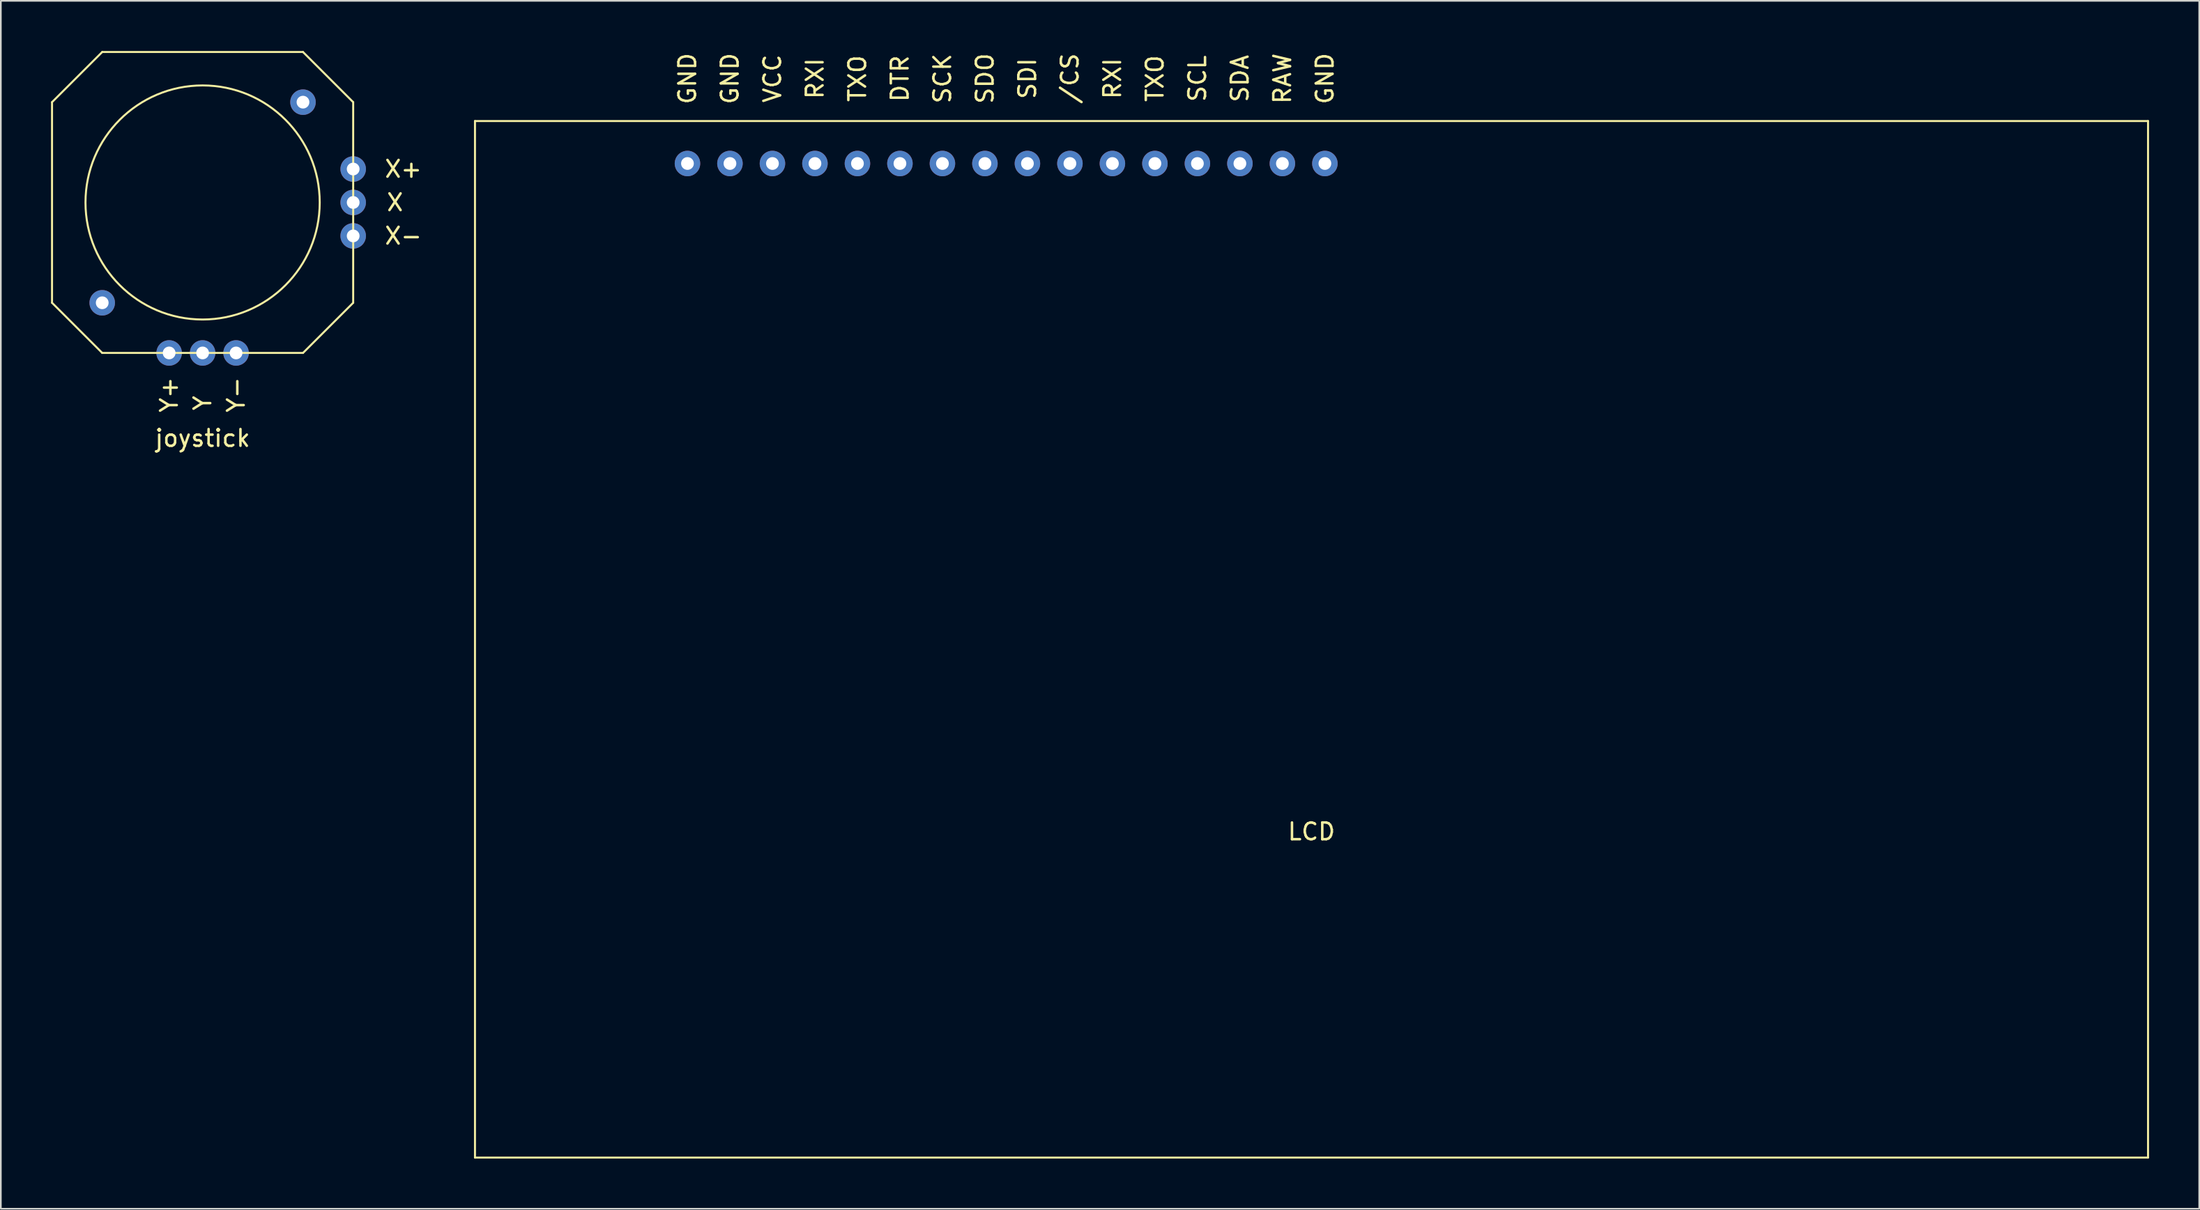
<source format=kicad_pcb>
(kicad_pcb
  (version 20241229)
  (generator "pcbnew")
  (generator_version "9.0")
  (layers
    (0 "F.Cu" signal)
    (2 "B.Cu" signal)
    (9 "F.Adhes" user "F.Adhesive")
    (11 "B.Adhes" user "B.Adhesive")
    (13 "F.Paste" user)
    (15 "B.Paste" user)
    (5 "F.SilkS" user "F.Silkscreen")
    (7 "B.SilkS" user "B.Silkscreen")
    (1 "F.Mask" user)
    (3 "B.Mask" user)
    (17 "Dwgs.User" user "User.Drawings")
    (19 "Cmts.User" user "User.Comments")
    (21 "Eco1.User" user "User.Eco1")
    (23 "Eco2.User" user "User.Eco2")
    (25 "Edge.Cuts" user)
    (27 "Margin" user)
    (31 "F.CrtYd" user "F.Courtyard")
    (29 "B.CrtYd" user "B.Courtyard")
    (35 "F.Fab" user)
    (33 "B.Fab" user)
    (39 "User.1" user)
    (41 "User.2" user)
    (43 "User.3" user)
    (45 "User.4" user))
  (footprint "joystick"
    (layer "F.Cu")
    (at 9.06 9.06)
    (property "Reference" "joystick" (at 0 14.097 0) (layer "F.SilkS") (effects (font (size 1 1) (thickness 0.15))))
    (attr through_hole)
    (fp_line (start -9 -6) (end -9 6) (stroke (width 0.12) (type solid)) (layer "F.SilkS"))
    (fp_line (start -9 6) (end -6 9) (stroke (width 0.12) (type solid)) (layer "F.SilkS"))
    (fp_line (start -6 -9) (end -9 -6) (stroke (width 0.12) (type solid)) (layer "F.SilkS"))
    (fp_line (start -6 9) (end 6 9) (stroke (width 0.12) (type solid)) (layer "F.SilkS"))
    (fp_line (start 6 -9) (end -6 -9) (stroke (width 0.12) (type solid)) (layer "F.SilkS"))
    (fp_line (start 6 9) (end 9 6) (stroke (width 0.12) (type solid)) (layer "F.SilkS"))
    (fp_line (start 9 -6) (end 6 -9) (stroke (width 0.12) (type solid)) (layer "F.SilkS"))
    (fp_line (start 9 6) (end 9 -6) (stroke (width 0.12) (type solid)) (layer "F.SilkS"))
    (fp_circle (center 0 0) (end 7 0) (stroke (width 0.12) (type solid)) (fill no) (layer "F.SilkS"))
    (fp_text user "X" (at 11.5 0 0) (layer "F.SilkS") (effects (font (size 1 1) (thickness 0.15))))
    (fp_text user "Y+" (at -2 11.5 270) (layer "F.SilkS") (effects (font (size 1 1) (thickness 0.15))))
    (fp_text user "X-" (at 12 2 0) (layer "F.SilkS") (effects (font (size 1 1) (thickness 0.15))))
    (fp_text user "Y-" (at 2 11.5 90) (layer "F.SilkS") (effects (font (size 1 1) (thickness 0.15))))
    (fp_text user "X+" (at 12 -2 0) (layer "F.SilkS") (effects (font (size 1 1) (thickness 0.15))))
    (fp_text user "Y" (at 0 12 90) (layer "F.SilkS") (effects (font (size 1 1) (thickness 0.15))))
    (pad "" np_thru_hole circle (at -6 6) (size 1.524 1.524) (drill 0.762) (layers "*.Cu" "*.Mask"))
    (pad "" np_thru_hole circle (at 6 -6) (size 1.524 1.524) (drill 0.762) (layers "*.Cu" "*.Mask"))
    (pad "1" thru_hole circle (at 9 -2) (size 1.524 1.524) (drill 0.762) (layers "*.Cu" "*.Mask"))
    (pad "2" thru_hole circle (at 9 0) (size 1.524 1.524) (drill 0.762) (layers "*.Cu" "*.Mask"))
    (pad "3" thru_hole circle (at 9 2) (size 1.524 1.524) (drill 0.762) (layers "*.Cu" "*.Mask"))
    (pad "4" thru_hole circle (at 2 9) (size 1.524 1.524) (drill 0.762) (layers "*.Cu" "*.Mask"))
    (pad "5" thru_hole circle (at 0 9) (size 1.524 1.524) (drill 0.762) (layers "*.Cu" "*.Mask"))
    (pad "6" thru_hole circle (at -2 9) (size 1.524 1.524) (drill 0.762) (layers "*.Cu" "*.Mask")))
  (footprint "LCD"
    (layer "F.Cu")
    (at 75.34 35.189)
    (property "Reference" "LCD" (at 0 11.5 0) (layer "F.SilkS") (effects (font (size 1 1) (thickness 0.15))))
    (attr through_hole)
    (fp_line (start -50 -31) (end -50 31) (stroke (width 0.12) (type solid)) (layer "F.SilkS"))
    (fp_line (start -50 31) (end 50 31) (stroke (width 0.12) (type solid)) (layer "F.SilkS"))
    (fp_line (start 50 -31) (end -50 -31) (stroke (width 0.12) (type solid)) (layer "F.SilkS"))
    (fp_line (start 50 31) (end 50 -31) (stroke (width 0.12) (type solid)) (layer "F.SilkS"))
    (fp_text user "GND" (at 0.8 -33.54 90) (layer "F.SilkS") (effects (font (size 1 1) (thickness 0.15))))
    (fp_text user "SDO" (at -19.52 -33.54 90) (layer "F.SilkS") (effects (font (size 1 1) (thickness 0.15))))
    (fp_text user "SCL" (at -6.82 -33.54 90) (layer "F.SilkS") (effects (font (size 1 1) (thickness 0.15))))
    (fp_text user "SDI" (at -16.98 -33.54 90) (layer "F.SilkS") (effects (font (size 1 1) (thickness 0.15))))
    (fp_text user "GND" (at -34.76 -33.54 90) (layer "F.SilkS") (effects (font (size 1 1) (thickness 0.15))))
    (fp_text user "TXO" (at -27.14 -33.54 90) (layer "F.SilkS") (effects (font (size 1 1) (thickness 0.15))))
    (fp_text user "RAW" (at -1.74 -33.54 90) (layer "F.SilkS") (effects (font (size 1 1) (thickness 0.15))))
    (fp_text user "TXO" (at -9.36 -33.54 90) (layer "F.SilkS") (effects (font (size 1 1) (thickness 0.15))))
    (fp_text user "RXI" (at -11.9 -33.54 90) (layer "F.SilkS") (effects (font (size 1 1) (thickness 0.15))))
    (fp_text user "SCK" (at -22.06 -33.54 90) (layer "F.SilkS") (effects (font (size 1 1) (thickness 0.15))))
    (fp_text user "DTR" (at -24.6 -33.54 90) (layer "F.SilkS") (effects (font (size 1 1) (thickness 0.15))))
    (fp_text user "RXI" (at -29.68 -33.54 90) (layer "F.SilkS") (effects (font (size 1 1) (thickness 0.15))))
    (fp_text user "/CS" (at -14.44 -33.54 90) (layer "F.SilkS") (effects (font (size 1 1) (thickness 0.15))))
    (fp_text user "SDA" (at -4.28 -33.54 90) (layer "F.SilkS") (effects (font (size 1 1) (thickness 0.15))))
    (fp_text user "VCC" (at -32.22 -33.54 90) (layer "F.SilkS") (effects (font (size 1 1) (thickness 0.15))))
    (fp_text user "GND" (at -37.3 -33.54 90) (layer "F.SilkS") (effects (font (size 1 1) (thickness 0.15))))
    (pad "1" thru_hole circle (at -37.3 -28.46) (size 1.524 1.524) (drill 0.762) (layers "*.Cu" "*.Mask"))
    (pad "2" thru_hole circle (at -34.76 -28.46) (size 1.524 1.524) (drill 0.762) (layers "*.Cu" "*.Mask"))
    (pad "3" thru_hole circle (at -32.22 -28.46) (size 1.524 1.524) (drill 0.762) (layers "*.Cu" "*.Mask"))
    (pad "4" thru_hole circle (at -29.68 -28.46) (size 1.524 1.524) (drill 0.762) (layers "*.Cu" "*.Mask"))
    (pad "5" thru_hole circle (at -27.14 -28.46) (size 1.524 1.524) (drill 0.762) (layers "*.Cu" "*.Mask"))
    (pad "6" thru_hole circle (at -24.6 -28.46) (size 1.524 1.524) (drill 0.762) (layers "*.Cu" "*.Mask"))
    (pad "7" thru_hole circle (at -22.06 -28.46) (size 1.524 1.524) (drill 0.762) (layers "*.Cu" "*.Mask"))
    (pad "8" thru_hole circle (at -19.52 -28.46) (size 1.524 1.524) (drill 0.762) (layers "*.Cu" "*.Mask"))
    (pad "9" thru_hole circle (at -16.98 -28.46) (size 1.524 1.524) (drill 0.762) (layers "*.Cu" "*.Mask"))
    (pad "10" thru_hole circle (at -14.44 -28.46) (size 1.524 1.524) (drill 0.762) (layers "*.Cu" "*.Mask"))
    (pad "11" thru_hole circle (at -11.9 -28.46) (size 1.524 1.524) (drill 0.762) (layers "*.Cu" "*.Mask"))
    (pad "12" thru_hole circle (at -9.36 -28.46) (size 1.524 1.524) (drill 0.762) (layers "*.Cu" "*.Mask"))
    (pad "13" thru_hole circle (at -6.82 -28.46) (size 1.524 1.524) (drill 0.762) (layers "*.Cu" "*.Mask"))
    (pad "14" thru_hole circle (at -4.28 -28.46) (size 1.524 1.524) (drill 0.762) (layers "*.Cu" "*.Mask"))
    (pad "15" thru_hole circle (at -1.74 -28.46) (size 1.524 1.524) (drill 0.762) (layers "*.Cu" "*.Mask"))
    (pad "16" thru_hole circle (at 0.8 -28.46) (size 1.524 1.524) (drill 0.762) (layers "*.Cu" "*.Mask")))
  (gr_rect
    (start -3 -3)
    (end 128.4 69.249)
    (stroke (width 0.1) (type default))
    (fill no)
    (layer "Edge.Cuts")))
</source>
